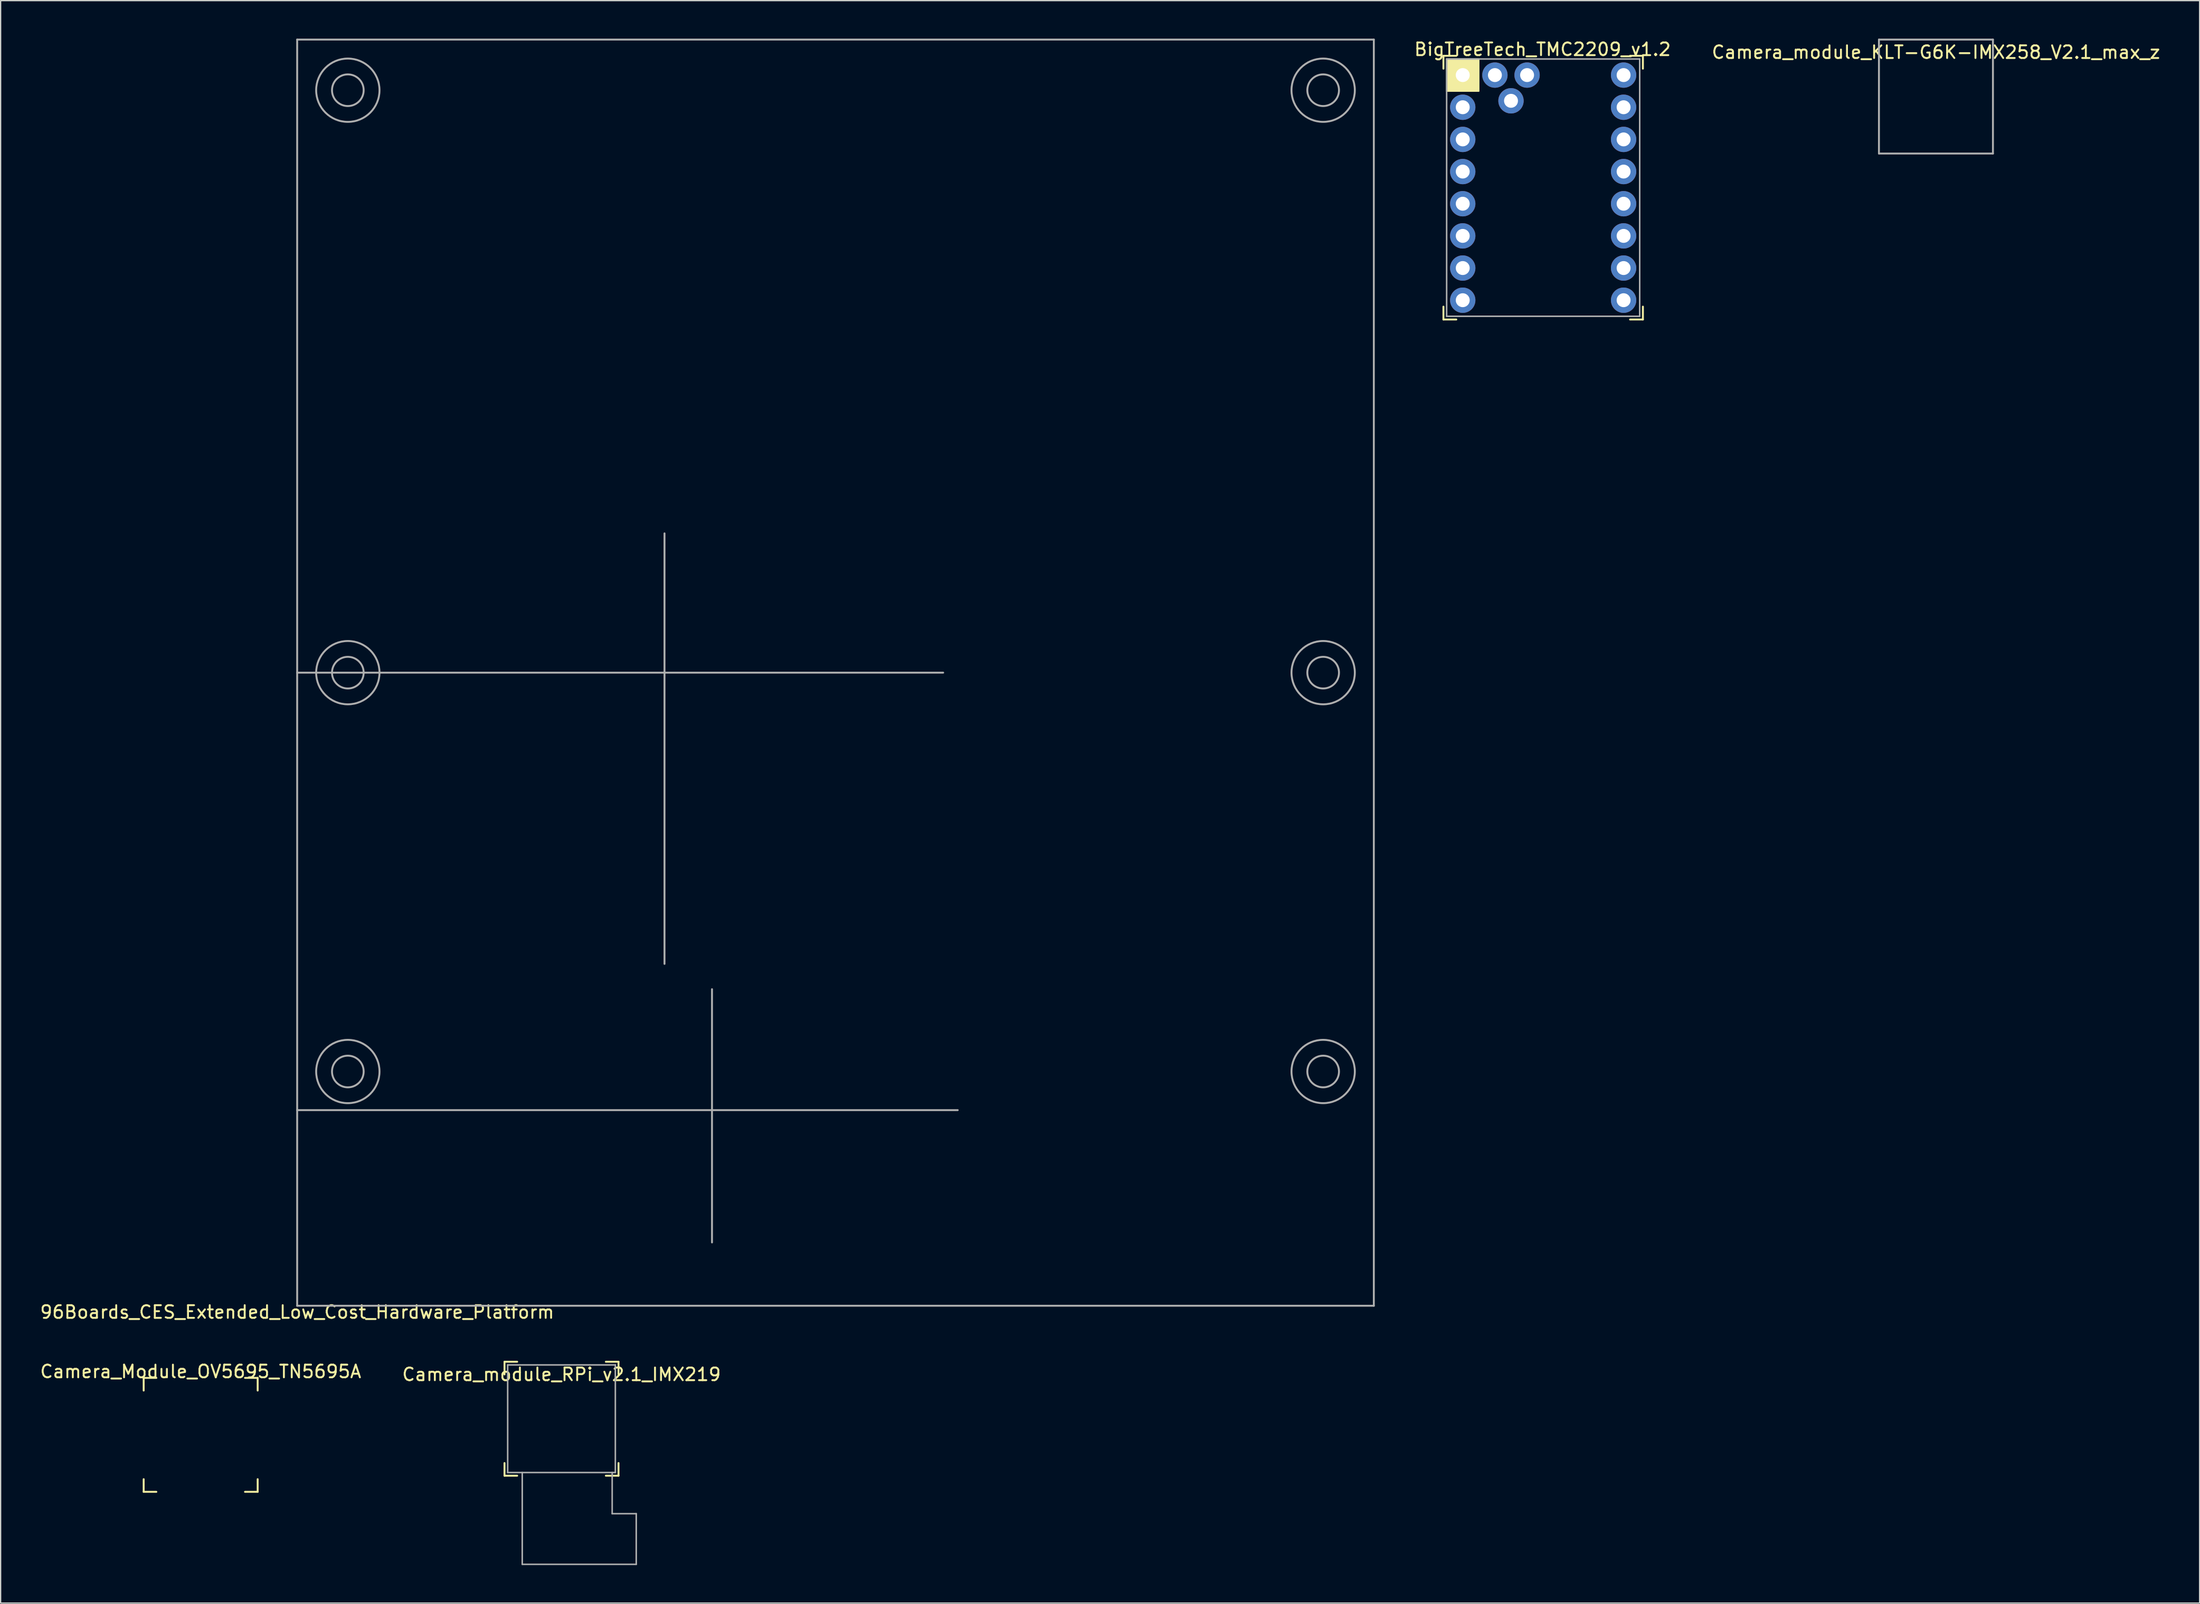
<source format=kicad_pcb>
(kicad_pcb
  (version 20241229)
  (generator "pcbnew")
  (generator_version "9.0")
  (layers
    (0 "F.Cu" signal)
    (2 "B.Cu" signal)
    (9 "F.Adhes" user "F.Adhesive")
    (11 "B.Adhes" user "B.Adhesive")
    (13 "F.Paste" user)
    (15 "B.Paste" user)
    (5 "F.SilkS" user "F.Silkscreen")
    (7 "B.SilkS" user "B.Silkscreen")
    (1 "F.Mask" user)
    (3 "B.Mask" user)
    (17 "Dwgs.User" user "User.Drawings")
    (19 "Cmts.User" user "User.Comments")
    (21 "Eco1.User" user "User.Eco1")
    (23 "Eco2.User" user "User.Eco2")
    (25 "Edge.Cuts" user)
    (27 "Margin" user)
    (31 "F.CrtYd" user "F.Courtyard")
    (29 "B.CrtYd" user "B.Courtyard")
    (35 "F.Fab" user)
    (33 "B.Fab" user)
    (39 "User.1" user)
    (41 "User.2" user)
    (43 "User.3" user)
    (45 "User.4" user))
  (footprint "96Boards_CES_Extended_Low_Cost_Hardware_Platform"
    (layer "F.Cu")
    (at 20.411 100.075)
    (property "Reference" "96Boards_CES_Extended_Low_Cost_Hardware_Platform" (at 0 0.5 0) (layer "F.SilkS") (effects (font (size 1 1) (thickness 0.15))))
    (attr exclude_from_pos_files exclude_from_bom)
    (fp_line (start 0 -100) (end 0 0) (stroke (width 0.15) (type solid)) (layer "F.Fab"))
    (fp_line (start 0 -50) (end 51 -50) (stroke (width 0.15) (type solid)) (layer "F.Fab"))
    (fp_line (start 0 -15.45) (end 52.15 -15.45) (stroke (width 0.15) (type solid)) (layer "F.Fab"))
    (fp_line (start 0 0) (end 85 0) (stroke (width 0.15) (type solid)) (layer "F.Fab"))
    (fp_line (start 29 -27) (end 29 -61) (stroke (width 0.15) (type solid)) (layer "F.Fab"))
    (fp_line (start 32.75 -25) (end 32.75 -5) (stroke (width 0.15) (type solid)) (layer "F.Fab"))
    (fp_line (start 85 -100) (end 0 -100) (stroke (width 0.15) (type solid)) (layer "F.Fab"))
    (fp_line (start 85 0) (end 85 -100) (stroke (width 0.15) (type solid)) (layer "F.Fab"))
    (fp_circle (center 4 -96) (end 5.25 -96) (stroke (width 0.15) (type solid)) (fill no) (layer "F.Fab"))
    (fp_circle (center 4 -96) (end 6.5 -96) (stroke (width 0.15) (type solid)) (fill no) (layer "F.Fab"))
    (fp_circle (center 4 -50) (end 4 -52.5) (stroke (width 0.15) (type solid)) (fill no) (layer "F.Fab"))
    (fp_circle (center 4 -50) (end 4 -51.25) (stroke (width 0.15) (type solid)) (fill no) (layer "F.Fab"))
    (fp_circle (center 4 -18.5) (end 5.25 -18.5) (stroke (width 0.15) (type solid)) (fill no) (layer "F.Fab"))
    (fp_circle (center 4 -18.5) (end 6.5 -18.5) (stroke (width 0.15) (type solid)) (fill no) (layer "F.Fab"))
    (fp_circle (center 81 -96) (end 82.25 -96) (stroke (width 0.15) (type solid)) (fill no) (layer "F.Fab"))
    (fp_circle (center 81 -96) (end 83.5 -96) (stroke (width 0.15) (type solid)) (fill no) (layer "F.Fab"))
    (fp_circle (center 81 -50) (end 81 -52.5) (stroke (width 0.15) (type solid)) (fill no) (layer "F.Fab"))
    (fp_circle (center 81 -50) (end 81 -51.25) (stroke (width 0.15) (type solid)) (fill no) (layer "F.Fab"))
    (fp_circle (center 81 -18.5) (end 81 -21) (stroke (width 0.15) (type solid)) (fill no) (layer "F.Fab"))
    (fp_circle (center 81 -18.5) (end 81 -19.75) (stroke (width 0.15) (type solid)) (fill no) (layer "F.Fab")))
  (footprint "Camera_module_KLT-G6K-IMX258_V2.1_max_z"
    (layer "F.Cu")
    (at 149.789 4.575)
    (property "Reference" "Camera_module_KLT-G6K-IMX258_V2.1_max_z" (at 0 -3.5 0) (layer "F.SilkS") (effects (font (size 1 1) (thickness 0.15))))
    (attr through_hole)
    (fp_line (start -4.5 -4.5) (end 4.5 -4.5) (stroke (width 0.15) (type solid)) (layer "F.Fab"))
    (fp_line (start -4.5 4.5) (end -4.5 -4.5) (stroke (width 0.15) (type solid)) (layer "F.Fab"))
    (fp_line (start 4.5 -4.5) (end 4.5 4.5) (stroke (width 0.15) (type solid)) (layer "F.Fab"))
    (fp_line (start 4.5 4.5) (end -4.5 4.5) (stroke (width 0.15) (type solid)) (layer "F.Fab")))
  (footprint "Camera_module_RPi_v2.1_IMX219"
    (layer "F.Cu")
    (at 41.28 108.998)
    (property "Reference" "Camera_module_RPi_v2.1_IMX219" (at 0 -3.5 0) (layer "F.SilkS") (effects (font (size 1 1) (thickness 0.15))))
    (attr through_hole)
    (fp_line (start -4.5 -4.5) (end -4.5 -3.5) (stroke (width 0.15) (type solid)) (layer "F.SilkS"))
    (fp_line (start -4.5 -4.5) (end -3.5 -4.5) (stroke (width 0.15) (type solid)) (layer "F.SilkS"))
    (fp_line (start -4.5 3.5) (end -4.5 4.5) (stroke (width 0.15) (type solid)) (layer "F.SilkS"))
    (fp_line (start -4.5 4.5) (end -3.5 4.5) (stroke (width 0.15) (type solid)) (layer "F.SilkS"))
    (fp_line (start 4.5 -4.5) (end 3.5 -4.5) (stroke (width 0.15) (type solid)) (layer "F.SilkS"))
    (fp_line (start 4.5 -4.5) (end 4.5 -3.5) (stroke (width 0.15) (type solid)) (layer "F.SilkS"))
    (fp_line (start 4.5 3.5) (end 4.5 4.5) (stroke (width 0.15) (type solid)) (layer "F.SilkS"))
    (fp_line (start 4.5 4.5) (end 3.5 4.5) (stroke (width 0.15) (type solid)) (layer "F.SilkS"))
    (fp_line (start -4.25 -4.25) (end 4.25 -4.25) (stroke (width 0.12) (type solid)) (layer "F.Fab"))
    (fp_line (start -4.25 4.25) (end -4.25 -4.25) (stroke (width 0.12) (type solid)) (layer "F.Fab"))
    (fp_line (start -3.1 11.5) (end -3.1 4.25) (stroke (width 0.12) (type solid)) (layer "F.Fab"))
    (fp_line (start 4 4.25) (end 4 7.5) (stroke (width 0.12) (type solid)) (layer "F.Fab"))
    (fp_line (start 4 7.5) (end 5.9 7.5) (stroke (width 0.12) (type solid)) (layer "F.Fab"))
    (fp_line (start 4.25 -4.25) (end 4.25 4.25) (stroke (width 0.12) (type solid)) (layer "F.Fab"))
    (fp_line (start 4.25 4.25) (end -4.25 4.25) (stroke (width 0.12) (type solid)) (layer "F.Fab"))
    (fp_line (start 5.9 7.5) (end 5.9 11.5) (stroke (width 0.12) (type solid)) (layer "F.Fab"))
    (fp_line (start 5.9 11.5) (end -3.1 11.5) (stroke (width 0.12) (type solid)) (layer "F.Fab")))
  (footprint "BigTreeTech_TMC2209_v1.2"
    (layer "F.Cu")
    (at 118.78 11.77)
    (property "Reference" "BigTreeTech_TMC2209_v1.2" (at -0.05 -10.922 0) (unlocked yes) (layer "F.SilkS") (effects (font (size 1 1) (thickness 0.15))))
    (attr through_hole)
    (fp_line (start -7.874 -10.414) (end -7.874 -9.398) (stroke (width 0.15) (type solid)) (layer "F.SilkS"))
    (fp_line (start -7.874 -10.414) (end -6.858 -10.414) (stroke (width 0.15) (type solid)) (layer "F.SilkS"))
    (fp_line (start -7.874 9.398) (end -7.874 10.414) (stroke (width 0.15) (type solid)) (layer "F.SilkS"))
    (fp_line (start -7.874 10.414) (end -6.858 10.414) (stroke (width 0.15) (type solid)) (layer "F.SilkS"))
    (fp_line (start 6.858 -10.414) (end 7.874 -10.414) (stroke (width 0.15) (type solid)) (layer "F.SilkS"))
    (fp_line (start 7.874 -10.414) (end 7.874 -9.398) (stroke (width 0.15) (type solid)) (layer "F.SilkS"))
    (fp_line (start 7.874 9.398) (end 7.874 10.414) (stroke (width 0.15) (type solid)) (layer "F.SilkS"))
    (fp_line (start 7.874 10.414) (end 6.858 10.414) (stroke (width 0.15) (type solid)) (layer "F.SilkS"))
    (fp_poly (pts (xy -5.08 -7.62) (xy -7.62 -7.62) (xy -7.62 -10.16) (xy -5.08 -10.16)) (stroke (width 0.1) (type solid)) (fill yes) (layer "F.SilkS"))
    (fp_line (start -7.62 -10.16) (end 7.62 -10.16) (stroke (width 0.12) (type solid)) (layer "F.Fab"))
    (fp_line (start -7.62 10.16) (end -7.62 -10.16) (stroke (width 0.12) (type solid)) (layer "F.Fab"))
    (fp_line (start 7.62 -10.16) (end 7.62 10.16) (stroke (width 0.12) (type solid)) (layer "F.Fab"))
    (fp_line (start 7.62 10.16) (end -7.62 10.16) (stroke (width 0.12) (type solid)) (layer "F.Fab"))
    (pad "1" thru_hole circle (at -6.35 -8.89) (size 2 2) (drill 1.1) (layers "*.Cu" "*.Mask"))
    (pad "2" thru_hole circle (at -6.35 -6.35) (size 2 2) (drill 1.1) (layers "*.Cu" "*.Mask"))
    (pad "3" thru_hole circle (at -6.35 -3.81) (size 2 2) (drill 1.1) (layers "*.Cu" "*.Mask"))
    (pad "4" thru_hole circle (at -6.35 -1.27) (size 2 2) (drill 1.1) (layers "*.Cu" "*.Mask"))
    (pad "5" thru_hole circle (at -6.35 1.27) (size 2 2) (drill 1.1) (layers "*.Cu" "*.Mask"))
    (pad "6" thru_hole circle (at -6.35 3.81) (size 2 2) (drill 1.1) (layers "*.Cu" "*.Mask"))
    (pad "7" thru_hole circle (at -6.35 6.35) (size 2 2) (drill 1.1) (layers "*.Cu" "*.Mask"))
    (pad "8" thru_hole circle (at -6.35 8.89) (size 2 2) (drill 1.1) (layers "*.Cu" "*.Mask"))
    (pad "9" thru_hole circle (at 6.35 8.89) (size 2 2) (drill 1.1) (layers "*.Cu" "*.Mask"))
    (pad "10" thru_hole circle (at 6.35 6.35) (size 2 2) (drill 1.1) (layers "*.Cu" "*.Mask"))
    (pad "11" thru_hole circle (at 6.35 3.81) (size 2 2) (drill 1.1) (layers "*.Cu" "*.Mask"))
    (pad "12" thru_hole circle (at 6.35 1.27) (size 2 2) (drill 1.1) (layers "*.Cu" "*.Mask"))
    (pad "13" thru_hole circle (at 6.35 -1.27) (size 2 2) (drill 1.1) (layers "*.Cu" "*.Mask"))
    (pad "14" thru_hole circle (at 6.35 -3.81) (size 2 2) (drill 1.1) (layers "*.Cu" "*.Mask"))
    (pad "15" thru_hole circle (at 6.35 -6.35) (size 2 2) (drill 1.1) (layers "*.Cu" "*.Mask"))
    (pad "16" thru_hole circle (at 6.35 -8.89) (size 2 2) (drill 1.1) (layers "*.Cu" "*.Mask"))
    (pad "17" thru_hole circle (at -1.27 -8.89) (size 2 2) (drill 1.1) (layers "*.Cu" "*.Mask"))
    (pad "18" thru_hole circle (at -3.81 -8.89) (size 2 2) (drill 1.1) (layers "*.Cu" "*.Mask"))
    (pad "19" thru_hole circle (at -2.54 -6.858) (size 2 2) (drill 1.1) (layers "*.Cu" "*.Mask")))
  (footprint "Camera_Module_OV5695_TN5695A"
    (layer "F.Cu")
    (at 12.792 110.272)
    (property "Reference" "Camera_Module_OV5695_TN5695A" (at 0 -5 0) (layer "F.SilkS") (effects (font (size 1 1) (thickness 0.15))))
    (attr through_hole)
    (fp_line (start -4.5 -4.5) (end -4.5 -3.5) (stroke (width 0.15) (type solid)) (layer "F.SilkS"))
    (fp_line (start -4.5 -4.5) (end -3.5 -4.5) (stroke (width 0.15) (type solid)) (layer "F.SilkS"))
    (fp_line (start -4.5 3.5) (end -4.5 4.5) (stroke (width 0.15) (type solid)) (layer "F.SilkS"))
    (fp_line (start -4.5 4.5) (end -3.5 4.5) (stroke (width 0.15) (type solid)) (layer "F.SilkS"))
    (fp_line (start 3.5 -4.5) (end 4.5 -4.5) (stroke (width 0.15) (type solid)) (layer "F.SilkS"))
    (fp_line (start 4.5 -4.5) (end 4.5 -3.5) (stroke (width 0.15) (type solid)) (layer "F.SilkS"))
    (fp_line (start 4.5 4.5) (end 3.5 4.5) (stroke (width 0.15) (type solid)) (layer "F.SilkS"))
    (fp_line (start 4.5 4.5) (end 4.5 3.5) (stroke (width 0.15) (type solid)) (layer "F.SilkS")))
  (gr_rect
    (start -3 -3)
    (end 170.605 123.558)
    (stroke (width 0.1) (type default))
    (fill no)
    (layer "Edge.Cuts")))
</source>
